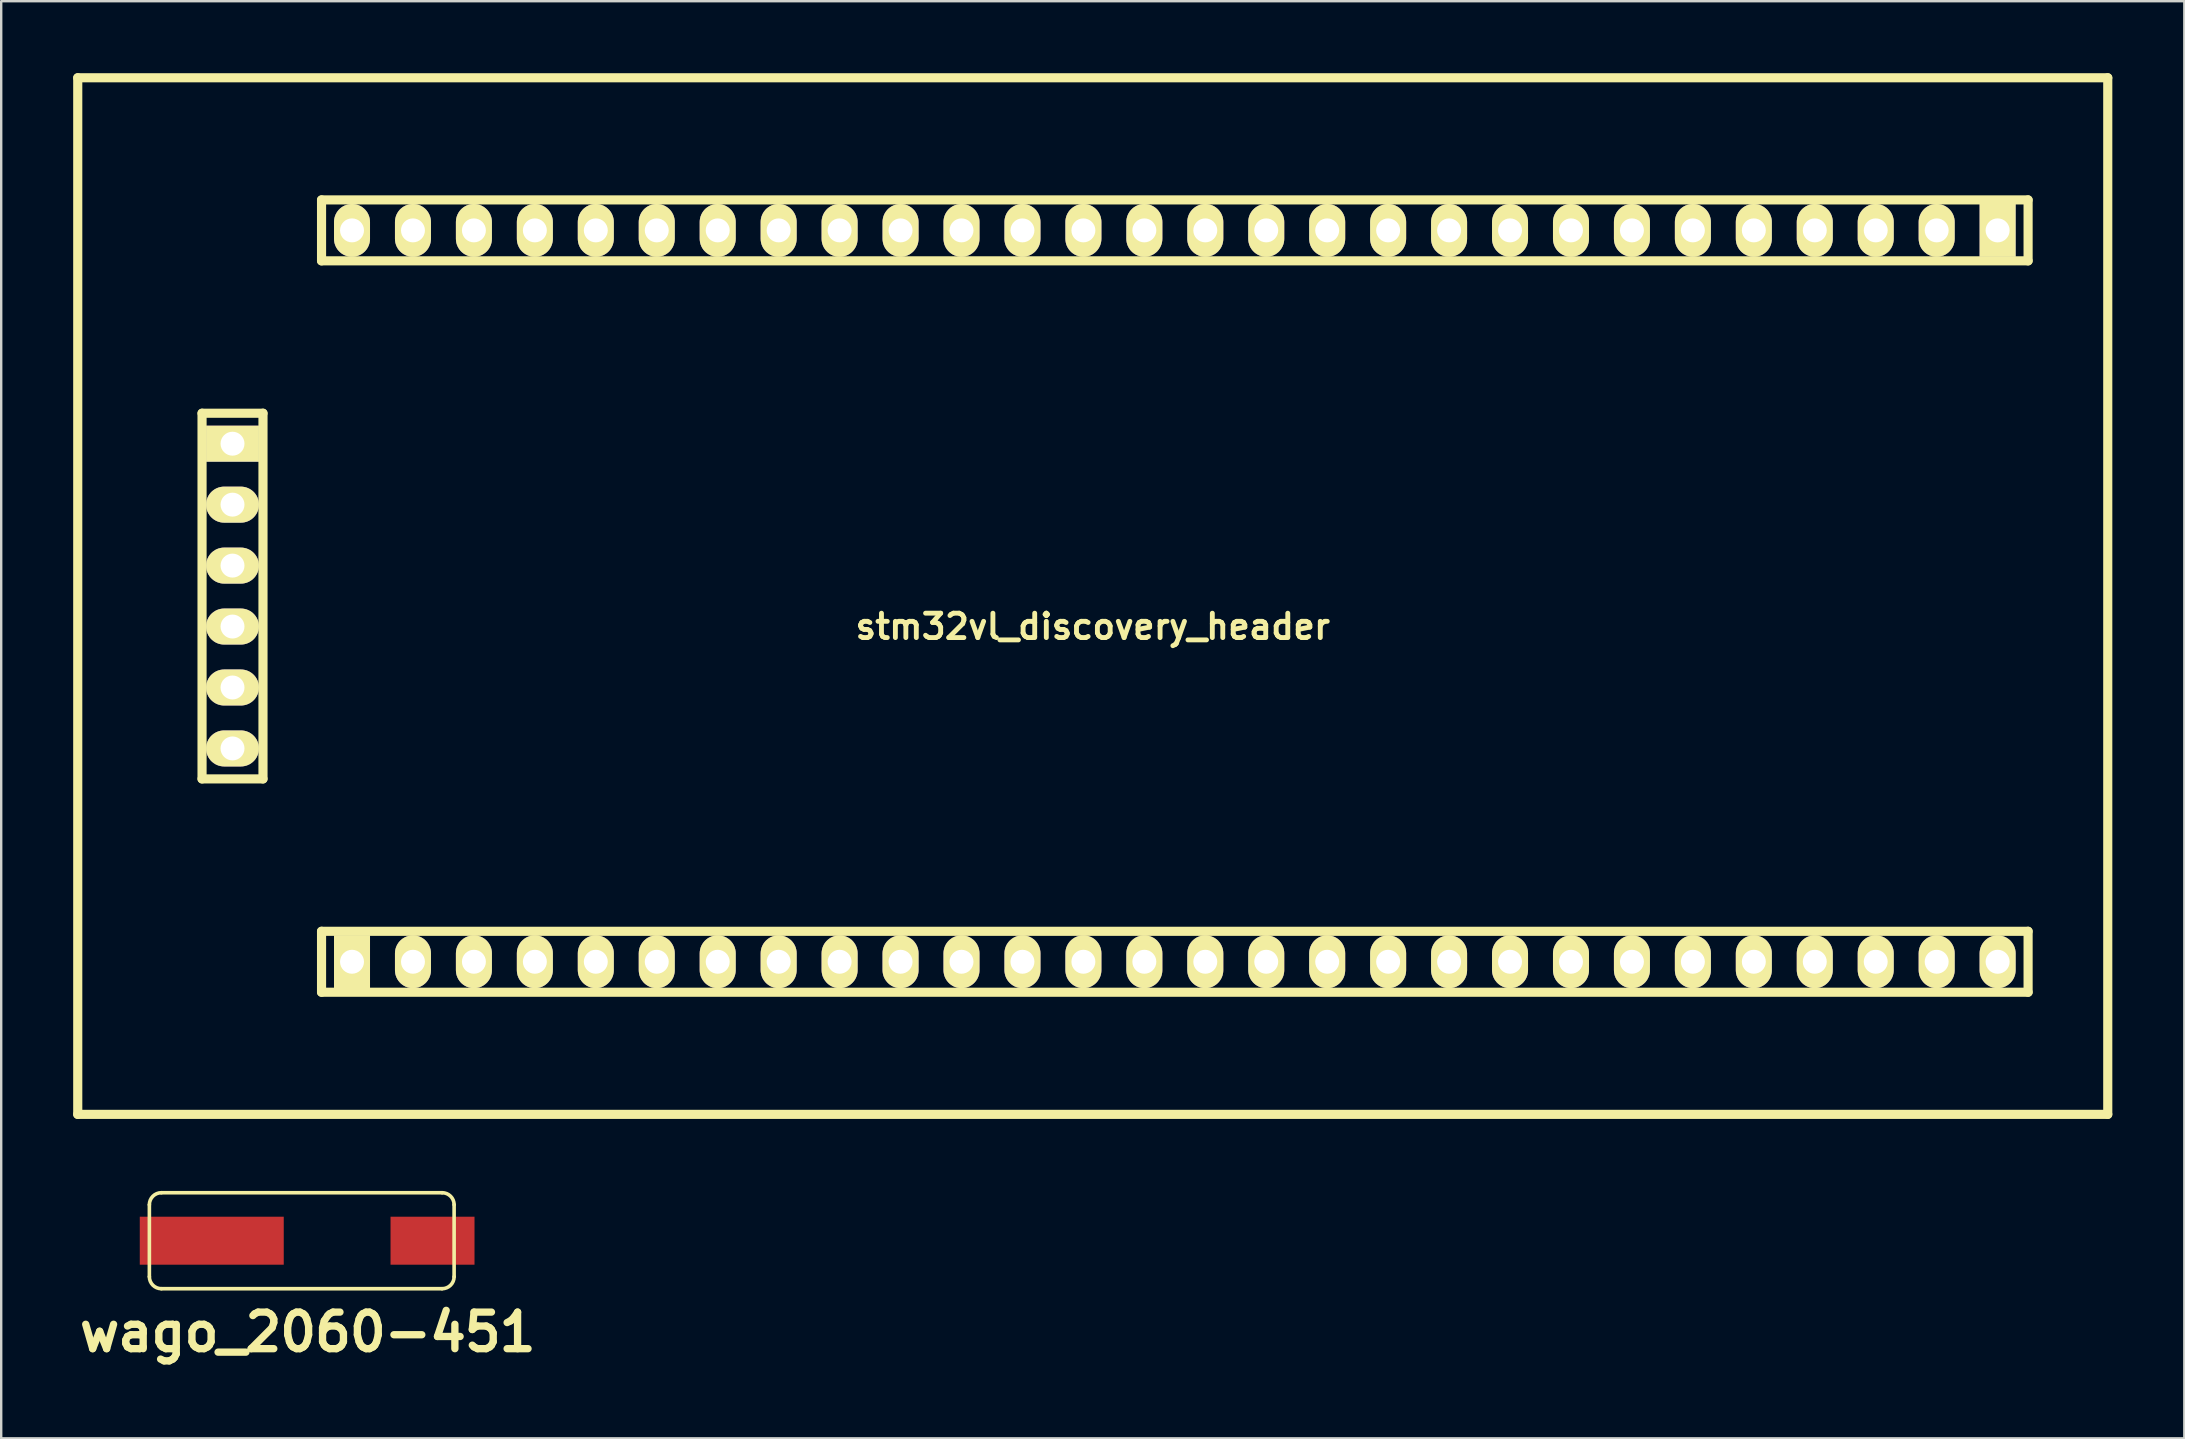
<source format=kicad_pcb>
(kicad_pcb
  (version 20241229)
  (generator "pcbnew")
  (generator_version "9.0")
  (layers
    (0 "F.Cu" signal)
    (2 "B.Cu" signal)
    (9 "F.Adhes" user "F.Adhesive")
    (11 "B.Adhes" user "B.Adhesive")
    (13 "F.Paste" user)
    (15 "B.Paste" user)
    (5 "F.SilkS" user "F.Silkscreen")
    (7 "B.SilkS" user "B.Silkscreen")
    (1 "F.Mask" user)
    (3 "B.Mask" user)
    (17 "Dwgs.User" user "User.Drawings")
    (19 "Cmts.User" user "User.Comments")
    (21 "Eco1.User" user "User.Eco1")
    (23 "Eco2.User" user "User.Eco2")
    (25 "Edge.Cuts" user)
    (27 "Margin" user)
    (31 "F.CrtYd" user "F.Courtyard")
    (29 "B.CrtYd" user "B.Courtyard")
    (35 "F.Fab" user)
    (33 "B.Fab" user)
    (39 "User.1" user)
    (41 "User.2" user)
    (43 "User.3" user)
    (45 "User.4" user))
  (footprint "wago_2060-451"
    (layer "F.Cu")
    (at 9.775 48.656)
    (property "Reference" "wago_2060-451" (at 0 3.81 0) (layer "F.SilkS") (effects (font (size 1.524 1.524) (thickness 0.305))))
    (attr smd)
    (fp_line (start -6.6 -1.5) (end -6.6 1.5) (stroke (width 0.15) (type solid)) (layer "F.SilkS"))
    (fp_line (start -6.1 -2) (end 5.6 -2) (stroke (width 0.15) (type solid)) (layer "F.SilkS"))
    (fp_line (start -6.1 2) (end 5.6 2) (stroke (width 0.15) (type solid)) (layer "F.SilkS"))
    (fp_line (start 6.1 1.5) (end 6.1 -1.5) (stroke (width 0.15) (type solid)) (layer "F.SilkS"))
    (fp_arc (start -6.6 -1.5) (mid -6.453553 -1.853553) (end -6.1 -2) (stroke (width 0.15) (type solid)) (layer "F.SilkS"))
    (fp_arc (start -6.1 2) (mid -6.453553 1.853553) (end -6.6 1.5) (stroke (width 0.15) (type solid)) (layer "F.SilkS"))
    (fp_arc (start 5.6 -2) (mid 5.953553 -1.853553) (end 6.1 -1.5) (stroke (width 0.15) (type solid)) (layer "F.SilkS"))
    (fp_arc (start 6.1 1.5) (mid 5.953553 1.853553) (end 5.6 2) (stroke (width 0.15) (type solid)) (layer "F.SilkS"))
    (pad "1" smd rect (at -4 0) (size 6 2) (layers "F.Cu" "F.Mask" "F.Paste"))
    (pad "1" smd rect (at 5.2 0) (size 3.5 2) (layers "F.Cu" "F.Mask" "F.Paste")))
  (footprint "stm32vl_discovery_header"
    (layer "F.Cu")
    (at 42.49 21.791)
    (property "Reference" "stm32vl_discovery_header" (at 0 1.27 0) (layer "F.SilkS") (effects (font (size 1.016 1.016) (thickness 0.203))))
    (attr through_hole)
    (fp_line (start -42.3 21.6) (end -42.3 -21.6) (stroke (width 0.381) (type solid)) (layer "F.SilkS"))
    (fp_line (start -42.3 21.6) (end 42.3 21.6) (stroke (width 0.381) (type solid)) (layer "F.SilkS"))
    (fp_line (start -37.12 -7.62) (end -37.12 7.62) (stroke (width 0.381) (type solid)) (layer "F.SilkS"))
    (fp_line (start -37.12 -7.62) (end -34.58 -7.62) (stroke (width 0.381) (type solid)) (layer "F.SilkS"))
    (fp_line (start -37.12 7.62) (end -34.58 7.62) (stroke (width 0.381) (type solid)) (layer "F.SilkS"))
    (fp_line (start -34.58 -7.62) (end -34.58 7.62) (stroke (width 0.381) (type solid)) (layer "F.SilkS"))
    (fp_line (start -32.14 -16.51) (end -32.14 -13.97) (stroke (width 0.381) (type solid)) (layer "F.SilkS"))
    (fp_line (start -32.14 -16.51) (end 38.98 -16.51) (stroke (width 0.381) (type solid)) (layer "F.SilkS"))
    (fp_line (start -32.14 -13.97) (end 38.98 -13.97) (stroke (width 0.381) (type solid)) (layer "F.SilkS"))
    (fp_line (start -32.14 13.97) (end 38.98 13.97) (stroke (width 0.381) (type solid)) (layer "F.SilkS"))
    (fp_line (start -32.14 16.51) (end -32.14 13.97) (stroke (width 0.381) (type solid)) (layer "F.SilkS"))
    (fp_line (start -32.14 16.51) (end 38.98 16.51) (stroke (width 0.381) (type solid)) (layer "F.SilkS"))
    (fp_line (start 38.98 -16.51) (end 38.98 -13.97) (stroke (width 0.381) (type solid)) (layer "F.SilkS"))
    (fp_line (start 38.98 16.51) (end 38.98 13.97) (stroke (width 0.381) (type solid)) (layer "F.SilkS"))
    (fp_line (start 42.3 -21.6) (end -42.3 -21.6) (stroke (width 0.381) (type solid)) (layer "F.SilkS"))
    (fp_line (start 42.3 21.6) (end 42.3 -21.6) (stroke (width 0.381) (type solid)) (layer "F.SilkS"))
    (pad "1" thru_hole rect (at 37.71 -15.24) (size 1.5 2.2) (drill 1.001) (layers "*.Cu" "*.Mask" "F.SilkS"))
    (pad "2" thru_hole oval (at 35.17 -15.24) (size 1.5 2.2) (drill 0.998) (layers "*.Cu" "*.Mask" "F.SilkS"))
    (pad "3" thru_hole oval (at 32.63 -15.24) (size 1.5 2.2) (drill 0.998) (layers "*.Cu" "*.Mask" "F.SilkS"))
    (pad "4" thru_hole oval (at 30.09 -15.24) (size 1.5 2.2) (drill 0.998) (layers "*.Cu" "*.Mask" "F.SilkS"))
    (pad "5" thru_hole oval (at 27.55 -15.24) (size 1.5 2.2) (drill 0.998) (layers "*.Cu" "*.Mask" "F.SilkS"))
    (pad "6" thru_hole oval (at 25.01 -15.24) (size 1.5 2.2) (drill 0.998) (layers "*.Cu" "*.Mask" "F.SilkS"))
    (pad "7" thru_hole oval (at 22.47 -15.24) (size 1.5 2.2) (drill 0.998) (layers "*.Cu" "*.Mask" "F.SilkS"))
    (pad "8" thru_hole oval (at 19.93 -15.24) (size 1.5 2.2) (drill 0.998) (layers "*.Cu" "*.Mask" "F.SilkS"))
    (pad "9" thru_hole oval (at 17.39 -15.24) (size 1.5 2.2) (drill 0.998) (layers "*.Cu" "*.Mask" "F.SilkS"))
    (pad "10" thru_hole oval (at 14.85 -15.24) (size 1.5 2.2) (drill 0.998) (layers "*.Cu" "*.Mask" "F.SilkS"))
    (pad "11" thru_hole oval (at 12.31 -15.24) (size 1.5 2.2) (drill 0.998) (layers "*.Cu" "*.Mask" "F.SilkS"))
    (pad "12" thru_hole oval (at 9.77 -15.24) (size 1.5 2.2) (drill 0.998) (layers "*.Cu" "*.Mask" "F.SilkS"))
    (pad "13" thru_hole oval (at 7.23 -15.24) (size 1.5 2.2) (drill 0.998) (layers "*.Cu" "*.Mask" "F.SilkS"))
    (pad "14" thru_hole oval (at 4.69 -15.24) (size 1.5 2.2) (drill 0.998) (layers "*.Cu" "*.Mask" "F.SilkS"))
    (pad "15" thru_hole oval (at 2.15 -15.24) (size 1.5 2.2) (drill 0.998) (layers "*.Cu" "*.Mask" "F.SilkS"))
    (pad "16" thru_hole oval (at -0.39 -15.24) (size 1.5 2.2) (drill 0.998) (layers "*.Cu" "*.Mask" "F.SilkS"))
    (pad "17" thru_hole oval (at -2.93 -15.24) (size 1.5 2.2) (drill 0.998) (layers "*.Cu" "*.Mask" "F.SilkS"))
    (pad "18" thru_hole oval (at -5.47 -15.24) (size 1.5 2.2) (drill 0.998) (layers "*.Cu" "*.Mask" "F.SilkS"))
    (pad "19" thru_hole oval (at -8.01 -15.24) (size 1.5 2.2) (drill 0.998) (layers "*.Cu" "*.Mask" "F.SilkS"))
    (pad "20" thru_hole oval (at -10.55 -15.24) (size 1.5 2.2) (drill 0.998) (layers "*.Cu" "*.Mask" "F.SilkS"))
    (pad "21" thru_hole oval (at -13.09 -15.24) (size 1.5 2.2) (drill 0.998) (layers "*.Cu" "*.Mask" "F.SilkS"))
    (pad "22" thru_hole oval (at -15.63 -15.24) (size 1.5 2.2) (drill 0.998) (layers "*.Cu" "*.Mask" "F.SilkS"))
    (pad "23" thru_hole oval (at -18.17 -15.24) (size 1.5 2.2) (drill 0.998) (layers "*.Cu" "*.Mask" "F.SilkS"))
    (pad "24" thru_hole oval (at -20.71 -15.24) (size 1.5 2.2) (drill 0.998) (layers "*.Cu" "*.Mask" "F.SilkS"))
    (pad "25" thru_hole oval (at -23.25 -15.24) (size 1.5 2.2) (drill 0.998) (layers "*.Cu" "*.Mask" "F.SilkS"))
    (pad "26" thru_hole oval (at -25.79 -15.24) (size 1.5 2.2) (drill 0.998) (layers "*.Cu" "*.Mask" "F.SilkS"))
    (pad "27" thru_hole oval (at -28.33 -15.24) (size 1.5 2.2) (drill 0.998) (layers "*.Cu" "*.Mask" "F.SilkS"))
    (pad "28" thru_hole oval (at -30.87 -15.24) (size 1.5 2.2) (drill 0.998) (layers "*.Cu" "*.Mask" "F.SilkS"))
    (pad "29" thru_hole rect (at -35.85 -6.35) (size 2.2 1.5) (drill 0.998) (layers "*.Cu" "*.Mask" "F.SilkS"))
    (pad "30" thru_hole oval (at -35.85 -3.81) (size 2.2 1.5) (drill 0.998) (layers "*.Cu" "*.Mask" "F.SilkS"))
    (pad "31" thru_hole oval (at -35.85 -1.27) (size 2.2 1.5) (drill 0.998) (layers "*.Cu" "*.Mask" "F.SilkS"))
    (pad "32" thru_hole oval (at -35.85 1.27) (size 2.2 1.5) (drill 0.998) (layers "*.Cu" "*.Mask" "F.SilkS"))
    (pad "33" thru_hole oval (at -35.85 3.81) (size 2.2 1.5) (drill 0.998) (layers "*.Cu" "*.Mask" "F.SilkS"))
    (pad "34" thru_hole oval (at -35.85 6.35) (size 2.2 1.5) (drill 0.998) (layers "*.Cu" "*.Mask" "F.SilkS"))
    (pad "35" thru_hole rect (at -30.87 15.24) (size 1.5 2.2) (drill 0.998) (layers "*.Cu" "*.Mask" "F.SilkS"))
    (pad "36" thru_hole oval (at -28.33 15.24) (size 1.5 2.2) (drill 0.998) (layers "*.Cu" "*.Mask" "F.SilkS"))
    (pad "37" thru_hole oval (at -25.79 15.24) (size 1.5 2.2) (drill 0.998) (layers "*.Cu" "*.Mask" "F.SilkS"))
    (pad "38" thru_hole oval (at -23.25 15.24) (size 1.5 2.2) (drill 0.998) (layers "*.Cu" "*.Mask" "F.SilkS"))
    (pad "39" thru_hole oval (at -20.71 15.24) (size 1.5 2.2) (drill 0.998) (layers "*.Cu" "*.Mask" "F.SilkS"))
    (pad "40" thru_hole oval (at -18.17 15.24) (size 1.5 2.2) (drill 0.998) (layers "*.Cu" "*.Mask" "F.SilkS"))
    (pad "41" thru_hole oval (at -15.63 15.24) (size 1.5 2.2) (drill 0.998) (layers "*.Cu" "*.Mask" "F.SilkS"))
    (pad "42" thru_hole oval (at -13.09 15.24) (size 1.5 2.2) (drill 0.998) (layers "*.Cu" "*.Mask" "F.SilkS"))
    (pad "43" thru_hole oval (at -10.55 15.24) (size 1.5 2.2) (drill 0.998) (layers "*.Cu" "*.Mask" "F.SilkS"))
    (pad "44" thru_hole oval (at -8.01 15.24) (size 1.5 2.2) (drill 0.998) (layers "*.Cu" "*.Mask" "F.SilkS"))
    (pad "45" thru_hole oval (at -5.47 15.24) (size 1.5 2.2) (drill 0.998) (layers "*.Cu" "*.Mask" "F.SilkS"))
    (pad "46" thru_hole oval (at -2.93 15.24) (size 1.5 2.2) (drill 0.998) (layers "*.Cu" "*.Mask" "F.SilkS"))
    (pad "47" thru_hole oval (at -0.39 15.24) (size 1.5 2.2) (drill 0.998) (layers "*.Cu" "*.Mask" "F.SilkS"))
    (pad "48" thru_hole oval (at 2.15 15.24) (size 1.5 2.2) (drill 0.998) (layers "*.Cu" "*.Mask" "F.SilkS"))
    (pad "49" thru_hole oval (at 4.69 15.24) (size 1.5 2.2) (drill 0.998) (layers "*.Cu" "*.Mask" "F.SilkS"))
    (pad "50" thru_hole oval (at 7.23 15.24) (size 1.5 2.2) (drill 0.998) (layers "*.Cu" "*.Mask" "F.SilkS"))
    (pad "51" thru_hole oval (at 9.77 15.24) (size 1.5 2.2) (drill 0.998) (layers "*.Cu" "*.Mask" "F.SilkS"))
    (pad "52" thru_hole oval (at 12.31 15.24) (size 1.5 2.2) (drill 0.998) (layers "*.Cu" "*.Mask" "F.SilkS"))
    (pad "53" thru_hole oval (at 14.85 15.24) (size 1.5 2.2) (drill 0.998) (layers "*.Cu" "*.Mask" "F.SilkS"))
    (pad "54" thru_hole oval (at 17.39 15.24) (size 1.5 2.2) (drill 0.998) (layers "*.Cu" "*.Mask" "F.SilkS"))
    (pad "55" thru_hole oval (at 19.93 15.24) (size 1.5 2.2) (drill 0.998) (layers "*.Cu" "*.Mask" "F.SilkS"))
    (pad "56" thru_hole oval (at 22.47 15.24) (size 1.5 2.2) (drill 0.998) (layers "*.Cu" "*.Mask" "F.SilkS"))
    (pad "57" thru_hole oval (at 25.01 15.24) (size 1.5 2.2) (drill 0.998) (layers "*.Cu" "*.Mask" "F.SilkS"))
    (pad "58" thru_hole oval (at 27.55 15.24) (size 1.5 2.2) (drill 0.998) (layers "*.Cu" "*.Mask" "F.SilkS"))
    (pad "59" thru_hole oval (at 30.09 15.24) (size 1.5 2.2) (drill 0.998) (layers "*.Cu" "*.Mask" "F.SilkS"))
    (pad "60" thru_hole oval (at 32.63 15.24) (size 1.5 2.2) (drill 0.998) (layers "*.Cu" "*.Mask" "F.SilkS"))
    (pad "61" thru_hole oval (at 35.17 15.24) (size 1.5 2.2) (drill 0.998) (layers "*.Cu" "*.Mask" "F.SilkS"))
    (pad "62" thru_hole oval (at 37.71 15.24) (size 1.5 2.2) (drill 1.001) (layers "*.Cu" "*.Mask" "F.SilkS")))
  (gr_rect
    (start -3 -3)
    (end 87.981 56.892)
    (stroke (width 0.1) (type default))
    (fill no)
    (layer "Edge.Cuts")))
</source>
